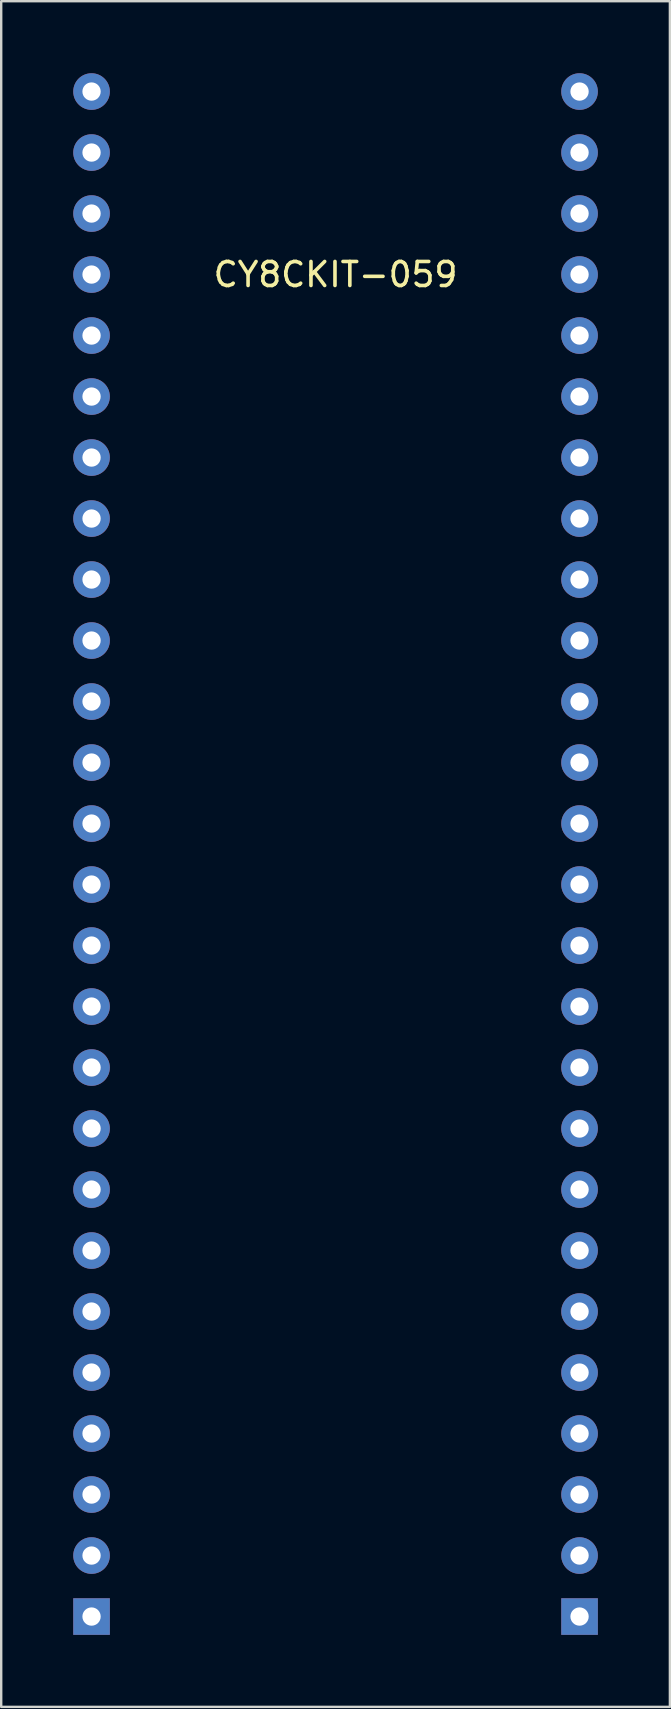
<source format=kicad_pcb>
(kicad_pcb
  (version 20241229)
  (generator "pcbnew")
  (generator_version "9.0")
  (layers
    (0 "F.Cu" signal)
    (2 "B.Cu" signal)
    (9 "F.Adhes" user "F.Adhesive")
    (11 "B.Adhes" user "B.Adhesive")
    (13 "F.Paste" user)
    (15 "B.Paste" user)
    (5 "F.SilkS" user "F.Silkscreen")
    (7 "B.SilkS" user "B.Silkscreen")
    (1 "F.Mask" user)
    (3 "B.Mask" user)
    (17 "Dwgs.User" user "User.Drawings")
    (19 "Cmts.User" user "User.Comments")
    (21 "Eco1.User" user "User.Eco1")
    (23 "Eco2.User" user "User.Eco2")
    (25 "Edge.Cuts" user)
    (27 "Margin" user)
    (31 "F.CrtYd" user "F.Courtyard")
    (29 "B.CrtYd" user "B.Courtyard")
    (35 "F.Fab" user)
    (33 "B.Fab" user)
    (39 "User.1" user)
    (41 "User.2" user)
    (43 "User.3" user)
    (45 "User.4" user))
  (footprint "CY8CKIT-059"
    (layer "F.Cu")
    (at 0.762 0.762)
    (property "Reference" "CY8CKIT-059" (at 10.16 7.62 0) (layer "F.SilkS") (effects (font (size 1 1) (thickness 0.15))))
    (attr through_hole)
    (pad "0.0" thru_hole circle (at 0 38.1) (size 1.524 1.524) (drill 0.762) (layers "*.Cu" "*.Mask"))
    (pad "0.1" thru_hole circle (at 0 40.64) (size 1.524 1.524) (drill 0.762) (layers "*.Cu" "*.Mask"))
    (pad "0.2" thru_hole circle (at 0 43.18) (size 1.524 1.524) (drill 0.762) (layers "*.Cu" "*.Mask"))
    (pad "0.3" thru_hole circle (at 0 45.72) (size 1.524 1.524) (drill 0.762) (layers "*.Cu" "*.Mask"))
    (pad "0.4" thru_hole circle (at 0 48.26) (size 1.524 1.524) (drill 0.762) (layers "*.Cu" "*.Mask"))
    (pad "0.5" thru_hole circle (at 0 50.8) (size 1.524 1.524) (drill 0.762) (layers "*.Cu" "*.Mask"))
    (pad "0.6" thru_hole circle (at 0 53.34) (size 1.524 1.524) (drill 0.762) (layers "*.Cu" "*.Mask"))
    (pad "0.7" thru_hole circle (at 0 55.88) (size 1.524 1.524) (drill 0.762) (layers "*.Cu" "*.Mask"))
    (pad "1.0" thru_hole circle (at 20.32 22.86) (size 1.524 1.524) (drill 0.762) (layers "*.Cu" "*.Mask"))
    (pad "1.1" thru_hole circle (at 20.32 20.32) (size 1.524 1.524) (drill 0.762) (layers "*.Cu" "*.Mask"))
    (pad "1.2" thru_hole circle (at 20.32 17.78) (size 1.524 1.524) (drill 0.762) (layers "*.Cu" "*.Mask"))
    (pad "1.3" thru_hole circle (at 20.32 15.24) (size 1.524 1.524) (drill 0.762) (layers "*.Cu" "*.Mask"))
    (pad "1.4" thru_hole circle (at 20.32 12.7) (size 1.524 1.524) (drill 0.762) (layers "*.Cu" "*.Mask"))
    (pad "1.5" thru_hole circle (at 20.32 10.16) (size 1.524 1.524) (drill 0.762) (layers "*.Cu" "*.Mask"))
    (pad "1.6" thru_hole circle (at 20.32 7.62) (size 1.524 1.524) (drill 0.762) (layers "*.Cu" "*.Mask"))
    (pad "1.7" thru_hole circle (at 20.32 5.08) (size 1.524 1.524) (drill 0.762) (layers "*.Cu" "*.Mask"))
    (pad "2.0" thru_hole rect (at 20.32 63.5) (size 1.524 1.524) (drill 0.762) (layers "*.Cu" "*.Mask"))
    (pad "2.1" thru_hole circle (at 20.32 60.96) (size 1.524 1.524) (drill 0.762) (layers "*.Cu" "*.Mask"))
    (pad "2.2" thru_hole circle (at 20.32 58.42) (size 1.524 1.524) (drill 0.762) (layers "*.Cu" "*.Mask"))
    (pad "2.3" thru_hole circle (at 20.32 55.88) (size 1.524 1.524) (drill 0.762) (layers "*.Cu" "*.Mask"))
    (pad "2.4" thru_hole circle (at 20.32 53.34) (size 1.524 1.524) (drill 0.762) (layers "*.Cu" "*.Mask"))
    (pad "2.5" thru_hole circle (at 20.32 50.8) (size 1.524 1.524) (drill 0.762) (layers "*.Cu" "*.Mask"))
    (pad "2.6" thru_hole circle (at 20.32 48.26) (size 1.524 1.524) (drill 0.762) (layers "*.Cu" "*.Mask"))
    (pad "2.7" thru_hole circle (at 20.32 45.72) (size 1.524 1.524) (drill 0.762) (layers "*.Cu" "*.Mask"))
    (pad "3.0" thru_hole circle (at 0 2.54) (size 1.524 1.524) (drill 0.762) (layers "*.Cu" "*.Mask"))
    (pad "3.1" thru_hole circle (at 0 5.08) (size 1.524 1.524) (drill 0.762) (layers "*.Cu" "*.Mask"))
    (pad "3.2" thru_hole circle (at 0 7.62) (size 1.524 1.524) (drill 0.762) (layers "*.Cu" "*.Mask"))
    (pad "3.3" thru_hole circle (at 0 10.16) (size 1.524 1.524) (drill 0.762) (layers "*.Cu" "*.Mask"))
    (pad "3.4" thru_hole circle (at 0 12.7) (size 1.524 1.524) (drill 0.762) (layers "*.Cu" "*.Mask"))
    (pad "3.5" thru_hole circle (at 0 15.24) (size 1.524 1.524) (drill 0.762) (layers "*.Cu" "*.Mask"))
    (pad "3.6" thru_hole circle (at 0 17.78) (size 1.524 1.524) (drill 0.762) (layers "*.Cu" "*.Mask"))
    (pad "3.7" thru_hole circle (at 0 20.32) (size 1.524 1.524) (drill 0.762) (layers "*.Cu" "*.Mask"))
    (pad "12.0" thru_hole circle (at 20.32 25.4) (size 1.524 1.524) (drill 0.762) (layers "*.Cu" "*.Mask"))
    (pad "12.1" thru_hole circle (at 20.32 27.94) (size 1.524 1.524) (drill 0.762) (layers "*.Cu" "*.Mask"))
    (pad "12.2" thru_hole circle (at 20.32 30.48) (size 1.524 1.524) (drill 0.762) (layers "*.Cu" "*.Mask"))
    (pad "12.3" thru_hole circle (at 20.32 33.02) (size 1.524 1.524) (drill 0.762) (layers "*.Cu" "*.Mask"))
    (pad "12.4" thru_hole circle (at 20.32 35.56) (size 1.524 1.524) (drill 0.762) (layers "*.Cu" "*.Mask"))
    (pad "12.5" thru_hole circle (at 20.32 38.1) (size 1.524 1.524) (drill 0.762) (layers "*.Cu" "*.Mask"))
    (pad "12.6" thru_hole circle (at 20.32 40.64) (size 1.524 1.524) (drill 0.762) (layers "*.Cu" "*.Mask"))
    (pad "12.7" thru_hole circle (at 20.32 43.18) (size 1.524 1.524) (drill 0.762) (layers "*.Cu" "*.Mask"))
    (pad "15.0" thru_hole circle (at 0 22.86) (size 1.524 1.524) (drill 0.762) (layers "*.Cu" "*.Mask"))
    (pad "15.1" thru_hole circle (at 0 25.4) (size 1.524 1.524) (drill 0.762) (layers "*.Cu" "*.Mask"))
    (pad "15.2" thru_hole circle (at 0 27.94) (size 1.524 1.524) (drill 0.762) (layers "*.Cu" "*.Mask"))
    (pad "15.3" thru_hole circle (at 0 30.48) (size 1.524 1.524) (drill 0.762) (layers "*.Cu" "*.Mask"))
    (pad "15.4" thru_hole circle (at 0 33.02) (size 1.524 1.524) (drill 0.762) (layers "*.Cu" "*.Mask"))
    (pad "15.5" thru_hole circle (at 0 35.56) (size 1.524 1.524) (drill 0.762) (layers "*.Cu" "*.Mask"))
    (pad "GND" thru_hole circle (at 0 0) (size 1.524 1.524) (drill 0.762) (layers "*.Cu" "*.Mask"))
    (pad "GND" thru_hole circle (at 0 60.96) (size 1.524 1.524) (drill 0.762) (layers "*.Cu" "*.Mask"))
    (pad "GND" thru_hole circle (at 20.32 2.54) (size 1.524 1.524) (drill 0.762) (layers "*.Cu" "*.Mask"))
    (pad "RST" thru_hole circle (at 0 58.42) (size 1.524 1.524) (drill 0.762) (layers "*.Cu" "*.Mask"))
    (pad "VDD" thru_hole rect (at 0 63.5) (size 1.524 1.524) (drill 0.762) (layers "*.Cu" "*.Mask"))
    (pad "VDDI" thru_hole circle (at 20.32 0) (size 1.524 1.524) (drill 0.762) (layers "*.Cu" "*.Mask")))
  (gr_rect
    (start -3 -3)
    (end 24.844 68.024)
    (stroke (width 0.1) (type default))
    (fill no)
    (layer "Edge.Cuts")))
</source>
